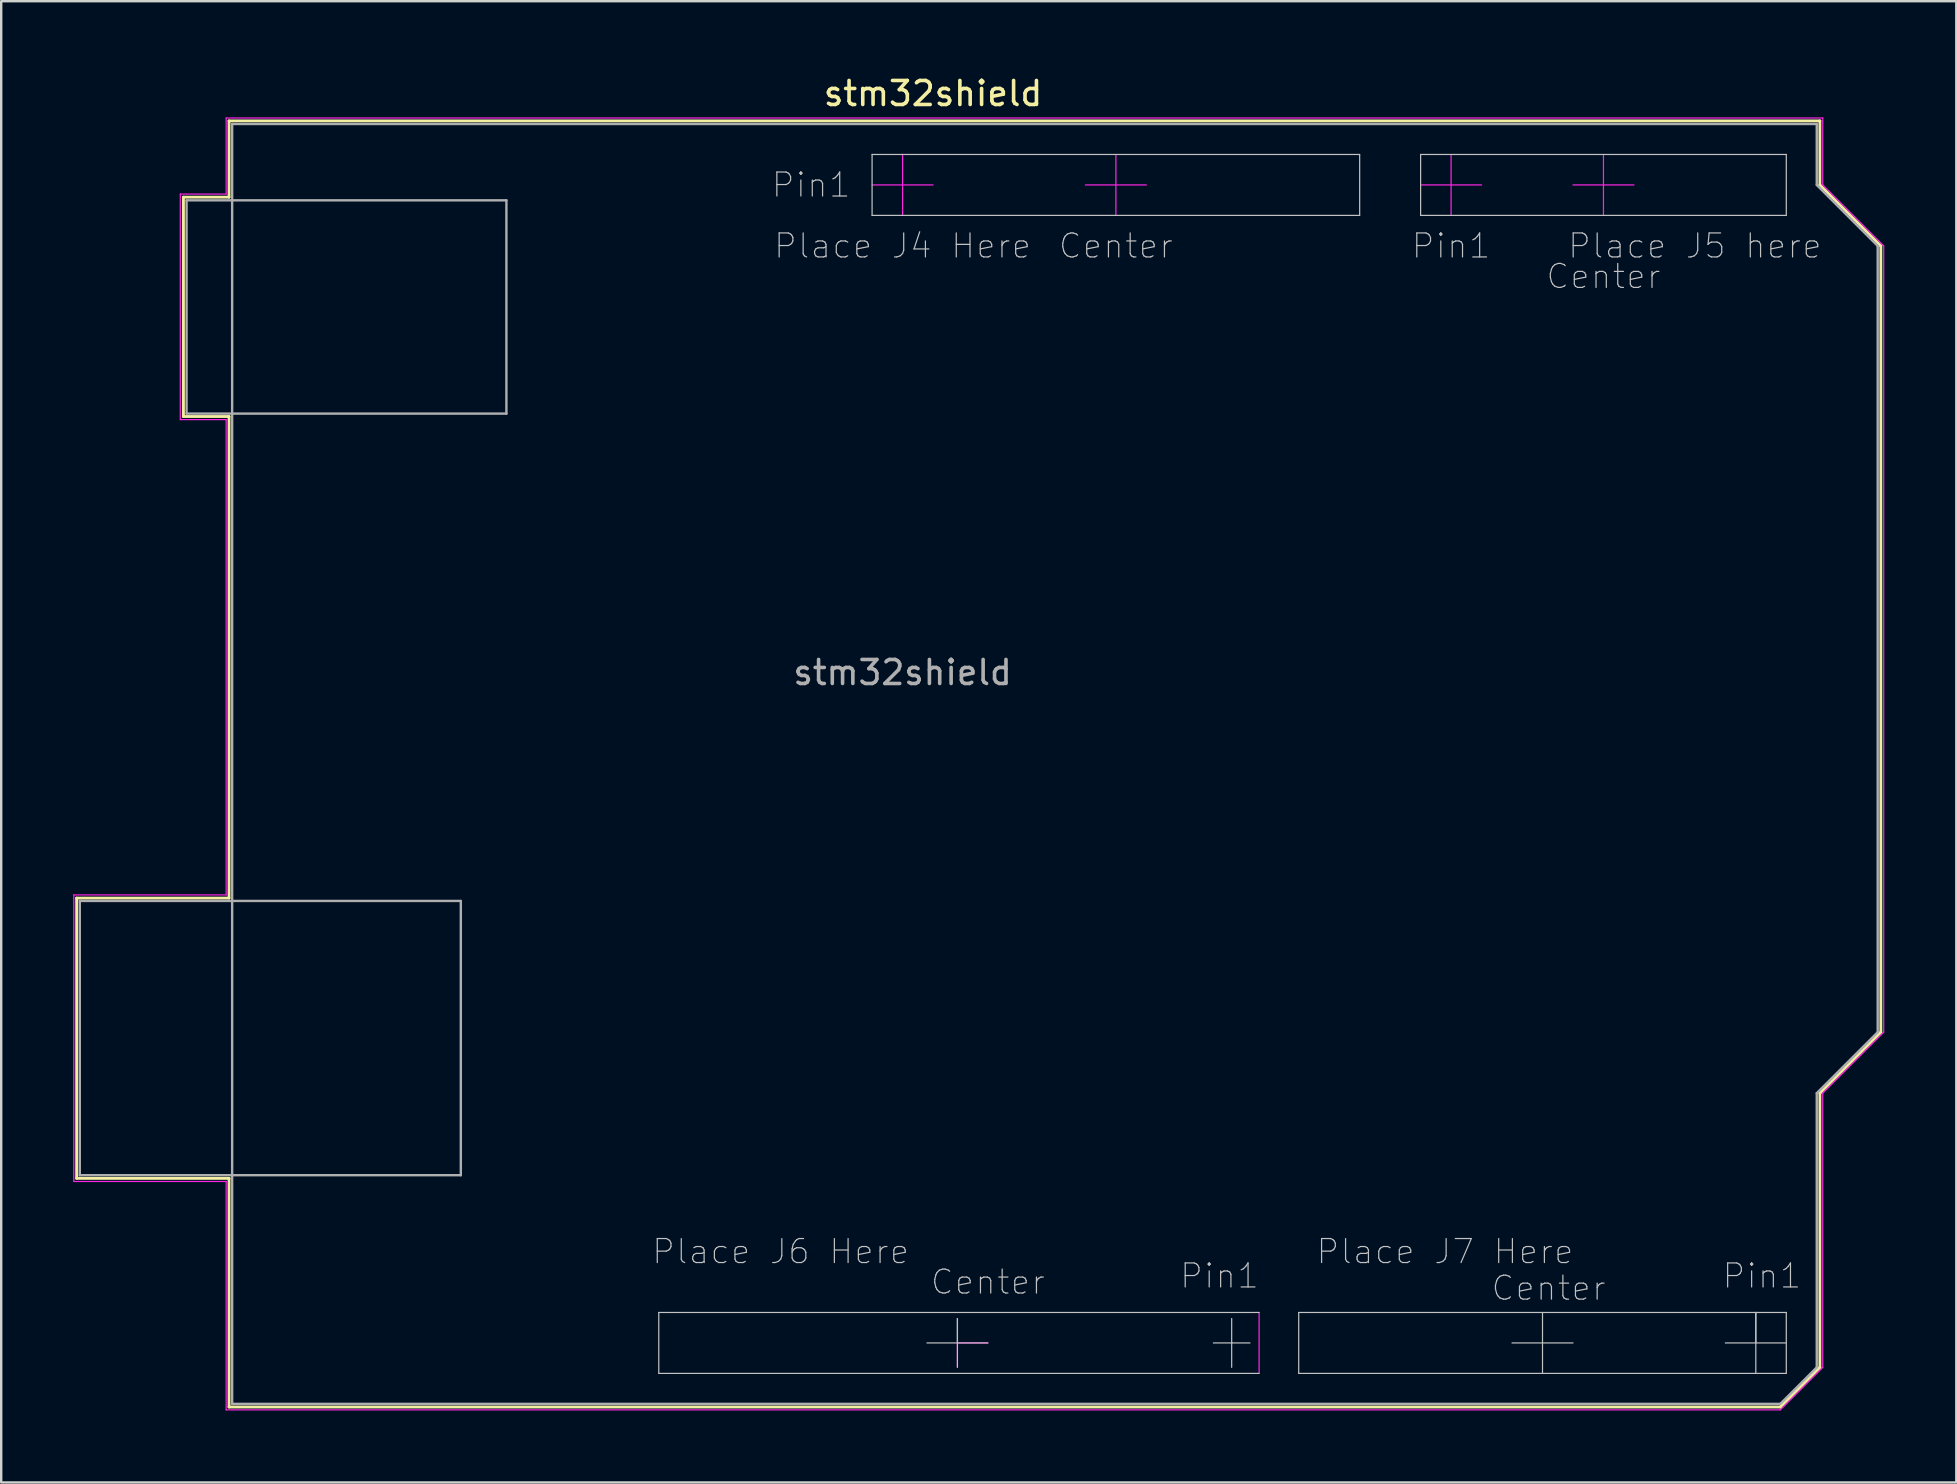
<source format=kicad_pcb>
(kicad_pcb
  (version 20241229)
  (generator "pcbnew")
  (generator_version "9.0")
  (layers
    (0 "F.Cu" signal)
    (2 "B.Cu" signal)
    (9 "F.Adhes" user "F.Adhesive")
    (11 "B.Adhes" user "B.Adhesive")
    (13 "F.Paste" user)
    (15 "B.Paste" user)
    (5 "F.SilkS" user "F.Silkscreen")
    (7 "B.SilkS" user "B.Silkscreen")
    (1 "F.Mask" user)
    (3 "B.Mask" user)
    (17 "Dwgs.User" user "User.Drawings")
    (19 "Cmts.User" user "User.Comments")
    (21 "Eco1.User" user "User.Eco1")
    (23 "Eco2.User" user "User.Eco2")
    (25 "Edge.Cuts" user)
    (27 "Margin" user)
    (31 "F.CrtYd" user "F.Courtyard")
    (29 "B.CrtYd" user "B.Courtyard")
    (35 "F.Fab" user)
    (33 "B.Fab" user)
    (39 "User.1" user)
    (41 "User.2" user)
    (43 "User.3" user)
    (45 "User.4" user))
  (footprint "stm32shield"
    (layer "F.Cu")
    (at 34.565 4.658)
    (property "Reference" "stm32shield" (at 1.27 -3.81 180) (layer "F.SilkS") (effects (font (size 1 1) (thickness 0.15))))
    (attr through_hole)
    (fp_line (start -34.42 29.72) (end -34.42 41.4) (stroke (width 0.12) (type solid)) (layer "F.SilkS"))
    (fp_line (start -34.42 41.4) (end -28.07 41.4) (stroke (width 0.12) (type solid)) (layer "F.SilkS"))
    (fp_line (start -29.97 0.51) (end -29.97 9.65) (stroke (width 0.12) (type solid)) (layer "F.SilkS"))
    (fp_line (start -29.97 9.65) (end -28.07 9.65) (stroke (width 0.12) (type solid)) (layer "F.SilkS"))
    (fp_line (start -28.07 -2.67) (end -28.07 0.51) (stroke (width 0.12) (type solid)) (layer "F.SilkS"))
    (fp_line (start -28.07 0.51) (end -29.97 0.51) (stroke (width 0.12) (type solid)) (layer "F.SilkS"))
    (fp_line (start -28.07 9.65) (end -28.07 29.72) (stroke (width 0.12) (type solid)) (layer "F.SilkS"))
    (fp_line (start -28.07 29.72) (end -34.42 29.72) (stroke (width 0.12) (type solid)) (layer "F.SilkS"))
    (fp_line (start -28.07 41.4) (end -28.07 50.93) (stroke (width 0.12) (type solid)) (layer "F.SilkS"))
    (fp_line (start -28.07 50.93) (end 36.58 50.93) (stroke (width 0.12) (type solid)) (layer "F.SilkS"))
    (fp_line (start 36.58 50.93) (end 38.23 49.28) (stroke (width 0.12) (type solid)) (layer "F.SilkS"))
    (fp_line (start 38.23 -2.67) (end -28.07 -2.67) (stroke (width 0.12) (type solid)) (layer "F.SilkS"))
    (fp_line (start 38.23 0) (end 38.23 -2.67) (stroke (width 0.12) (type solid)) (layer "F.SilkS"))
    (fp_line (start 38.23 37.85) (end 40.77 35.31) (stroke (width 0.12) (type solid)) (layer "F.SilkS"))
    (fp_line (start 38.23 49.28) (end 38.23 37.85) (stroke (width 0.12) (type solid)) (layer "F.SilkS"))
    (fp_line (start 40.77 2.54) (end 38.23 0) (stroke (width 0.12) (type solid)) (layer "F.SilkS"))
    (fp_line (start 40.77 35.31) (end 40.77 2.54) (stroke (width 0.12) (type solid)) (layer "F.SilkS"))
    (fp_line (start -10.16 46.99) (end 14.859 46.99) (stroke (width 0.05) (type solid)) (layer "Dwgs.User"))
    (fp_line (start -10.16 49.53) (end -10.16 46.99) (stroke (width 0.05) (type solid)) (layer "Dwgs.User"))
    (fp_line (start -1.27 -1.27) (end -1.27 1.27) (stroke (width 0.05) (type solid)) (layer "Dwgs.User"))
    (fp_line (start -1.27 -1.27) (end 19.05 -1.27) (stroke (width 0.05) (type solid)) (layer "Dwgs.User"))
    (fp_line (start 2.286 47.244) (end 2.286 48.26) (stroke (width 0.05) (type solid)) (layer "Dwgs.User"))
    (fp_line (start 2.286 48.26) (end 2.286 47.244) (stroke (width 0.05) (type solid)) (layer "Dwgs.User"))
    (fp_line (start 2.286 48.26) (end 2.286 49.276) (stroke (width 0.05) (type solid)) (layer "Dwgs.User"))
    (fp_line (start 3.556 48.26) (end 1.016 48.26) (stroke (width 0.05) (type solid)) (layer "Dwgs.User"))
    (fp_line (start 13.716 47.244) (end 13.716 48.26) (stroke (width 0.05) (type solid)) (layer "Dwgs.User"))
    (fp_line (start 13.716 48.26) (end 12.954 48.26) (stroke (width 0.05) (type solid)) (layer "Dwgs.User"))
    (fp_line (start 13.716 48.26) (end 13.716 49.276) (stroke (width 0.05) (type solid)) (layer "Dwgs.User"))
    (fp_line (start 13.716 48.26) (end 14.478 48.26) (stroke (width 0.05) (type solid)) (layer "Dwgs.User"))
    (fp_line (start 14.859 49.53) (end -10.16 49.53) (stroke (width 0.05) (type solid)) (layer "Dwgs.User"))
    (fp_line (start 16.51 46.99) (end 16.51 49.53) (stroke (width 0.05) (type solid)) (layer "Dwgs.User"))
    (fp_line (start 16.51 49.53) (end 36.83 49.53) (stroke (width 0.05) (type solid)) (layer "Dwgs.User"))
    (fp_line (start 19.05 -1.27) (end 19.05 1.27) (stroke (width 0.05) (type solid)) (layer "Dwgs.User"))
    (fp_line (start 19.05 1.27) (end -1.27 1.27) (stroke (width 0.05) (type solid)) (layer "Dwgs.User"))
    (fp_line (start 21.59 -1.27) (end 21.59 1.27) (stroke (width 0.05) (type solid)) (layer "Dwgs.User"))
    (fp_line (start 21.59 1.27) (end 36.83 1.27) (stroke (width 0.05) (type solid)) (layer "Dwgs.User"))
    (fp_line (start 25.4 48.26) (end 27.94 48.26) (stroke (width 0.05) (type solid)) (layer "Dwgs.User"))
    (fp_line (start 26.67 46.99) (end 26.67 49.53) (stroke (width 0.05) (type solid)) (layer "Dwgs.User"))
    (fp_line (start 35.56 46.99) (end 35.56 49.53) (stroke (width 0.05) (type solid)) (layer "Dwgs.User"))
    (fp_line (start 35.56 48.26) (end 35.56 46.99) (stroke (width 0.05) (type solid)) (layer "Dwgs.User"))
    (fp_line (start 36.83 -1.27) (end 21.59 -1.27) (stroke (width 0.05) (type solid)) (layer "Dwgs.User"))
    (fp_line (start 36.83 1.27) (end 36.83 -1.27) (stroke (width 0.05) (type solid)) (layer "Dwgs.User"))
    (fp_line (start 36.83 46.99) (end 16.51 46.99) (stroke (width 0.05) (type solid)) (layer "Dwgs.User"))
    (fp_line (start 36.83 48.26) (end 34.29 48.26) (stroke (width 0.05) (type solid)) (layer "Dwgs.User"))
    (fp_line (start 36.83 49.53) (end 36.83 46.99) (stroke (width 0.05) (type solid)) (layer "Dwgs.User"))
    (fp_line (start -34.54 29.59) (end -28.19 29.59) (stroke (width 0.05) (type solid)) (layer "F.CrtYd"))
    (fp_line (start -34.54 41.53) (end -34.54 29.59) (stroke (width 0.05) (type solid)) (layer "F.CrtYd"))
    (fp_line (start -30.1 0.38) (end -28.19 0.38) (stroke (width 0.05) (type solid)) (layer "F.CrtYd"))
    (fp_line (start -30.1 9.78) (end -30.1 0.38) (stroke (width 0.05) (type solid)) (layer "F.CrtYd"))
    (fp_line (start -28.19 -2.79) (end 38.35 -2.79) (stroke (width 0.05) (type solid)) (layer "F.CrtYd"))
    (fp_line (start -28.19 0.38) (end -28.19 -2.79) (stroke (width 0.05) (type solid)) (layer "F.CrtYd"))
    (fp_line (start -28.19 9.78) (end -30.1 9.78) (stroke (width 0.05) (type solid)) (layer "F.CrtYd"))
    (fp_line (start -28.19 29.59) (end -28.19 9.78) (stroke (width 0.05) (type solid)) (layer "F.CrtYd"))
    (fp_line (start -28.19 41.53) (end -34.54 41.53) (stroke (width 0.05) (type solid)) (layer "F.CrtYd"))
    (fp_line (start -28.19 51.05) (end -28.19 41.53) (stroke (width 0.05) (type solid)) (layer "F.CrtYd"))
    (fp_line (start -1.27 0) (end 1.27 0) (stroke (width 0.05) (type solid)) (layer "F.CrtYd"))
    (fp_line (start 0 -1.27) (end 0 1.27) (stroke (width 0.05) (type solid)) (layer "F.CrtYd"))
    (fp_line (start 2.286 48.26) (end 3.556 48.26) (stroke (width 0.05) (type solid)) (layer "F.CrtYd"))
    (fp_line (start 2.286 49.276) (end 2.286 48.26) (stroke (width 0.05) (type solid)) (layer "F.CrtYd"))
    (fp_line (start 7.62 0) (end 10.16 0) (stroke (width 0.05) (type solid)) (layer "F.CrtYd"))
    (fp_line (start 8.89 -1.27) (end 8.89 1.27) (stroke (width 0.05) (type solid)) (layer "F.CrtYd"))
    (fp_line (start 14.859 49.53) (end 14.859 46.99) (stroke (width 0.05) (type solid)) (layer "F.CrtYd"))
    (fp_line (start 21.59 0) (end 24.13 0) (stroke (width 0.05) (type solid)) (layer "F.CrtYd"))
    (fp_line (start 22.86 -1.27) (end 22.86 1.27) (stroke (width 0.05) (type solid)) (layer "F.CrtYd"))
    (fp_line (start 27.94 0) (end 30.48 0) (stroke (width 0.05) (type solid)) (layer "F.CrtYd"))
    (fp_line (start 29.21 -1.27) (end 29.21 1.27) (stroke (width 0.05) (type solid)) (layer "F.CrtYd"))
    (fp_line (start 36.58 51.05) (end -28.19 51.05) (stroke (width 0.05) (type solid)) (layer "F.CrtYd"))
    (fp_line (start 38.35 -2.79) (end 38.35 0) (stroke (width 0.05) (type solid)) (layer "F.CrtYd"))
    (fp_line (start 38.35 0) (end 40.89 2.54) (stroke (width 0.05) (type solid)) (layer "F.CrtYd"))
    (fp_line (start 38.35 37.85) (end 38.35 49.28) (stroke (width 0.05) (type solid)) (layer "F.CrtYd"))
    (fp_line (start 38.35 49.28) (end 36.58 51.05) (stroke (width 0.05) (type solid)) (layer "F.CrtYd"))
    (fp_line (start 40.89 2.54) (end 40.89 35.31) (stroke (width 0.05) (type solid)) (layer "F.CrtYd"))
    (fp_line (start 40.89 35.31) (end 38.35 37.85) (stroke (width 0.05) (type solid)) (layer "F.CrtYd"))
    (fp_line (start -34.29 29.84) (end -18.41 29.84) (stroke (width 0.1) (type solid)) (layer "F.Fab"))
    (fp_line (start -34.29 41.27) (end -34.29 29.84) (stroke (width 0.1) (type solid)) (layer "F.Fab"))
    (fp_line (start -29.84 0.64) (end -16.51 0.64) (stroke (width 0.1) (type solid)) (layer "F.Fab"))
    (fp_line (start -29.84 9.53) (end -29.84 0.64) (stroke (width 0.1) (type solid)) (layer "F.Fab"))
    (fp_line (start -27.94 -2.54) (end 38.1 -2.54) (stroke (width 0.1) (type solid)) (layer "F.Fab"))
    (fp_line (start -27.94 50.8) (end -27.94 -2.54) (stroke (width 0.1) (type solid)) (layer "F.Fab"))
    (fp_line (start -18.41 29.84) (end -18.41 41.27) (stroke (width 0.1) (type solid)) (layer "F.Fab"))
    (fp_line (start -18.41 41.27) (end -34.29 41.27) (stroke (width 0.1) (type solid)) (layer "F.Fab"))
    (fp_line (start -16.51 0.64) (end -16.51 9.53) (stroke (width 0.1) (type solid)) (layer "F.Fab"))
    (fp_line (start -16.51 9.53) (end -29.84 9.53) (stroke (width 0.1) (type solid)) (layer "F.Fab"))
    (fp_line (start 36.58 50.8) (end -27.94 50.8) (stroke (width 0.1) (type solid)) (layer "F.Fab"))
    (fp_line (start 38.1 -2.54) (end 38.1 0) (stroke (width 0.1) (type solid)) (layer "F.Fab"))
    (fp_line (start 38.1 0) (end 40.64 2.54) (stroke (width 0.1) (type solid)) (layer "F.Fab"))
    (fp_line (start 38.1 37.85) (end 38.1 49.28) (stroke (width 0.1) (type solid)) (layer "F.Fab"))
    (fp_line (start 38.1 49.28) (end 36.58 50.8) (stroke (width 0.1) (type solid)) (layer "F.Fab"))
    (fp_line (start 40.64 2.54) (end 40.64 35.31) (stroke (width 0.1) (type solid)) (layer "F.Fab"))
    (fp_line (start 40.64 35.31) (end 38.1 37.85) (stroke (width 0.1) (type solid)) (layer "F.Fab"))
    (fp_text user "Pin1" (at -3.81 0 0) (layer "Dwgs.User") (effects (font (size 1 1) (thickness 0.05))))
    (fp_text user "Place J6 Here" (at -5.08 44.45 0) (layer "Dwgs.User") (effects (font (size 1 1) (thickness 0.05))))
    (fp_text user "Place J5 here" (at 33.02 2.54 0) (layer "Dwgs.User") (effects (font (size 1 1) (thickness 0.05))))
    (fp_text user "Place J4 Here" (at 0 2.54 0) (layer "Dwgs.User") (effects (font (size 1 1) (thickness 0.05))))
    (fp_text user "Pin1" (at 22.86 2.54 0) (layer "Dwgs.User") (effects (font (size 1 1) (thickness 0.05))))
    (fp_text user "Place J7 Here" (at 22.606 44.45 0) (layer "Dwgs.User") (effects (font (size 1 1) (thickness 0.05))))
    (fp_text user "Pin1" (at 35.814 45.466 0) (layer "Dwgs.User") (effects (font (size 1 1) (thickness 0.05))))
    (fp_text user "Center" (at 26.924 45.974 0) (layer "Dwgs.User") (effects (font (size 1 1) (thickness 0.05))))
    (fp_text user "Center" (at 3.556 45.72 0) (layer "Dwgs.User") (effects (font (size 1 1) (thickness 0.05))))
    (fp_text user "Center" (at 8.89 2.54 0) (layer "Dwgs.User") (effects (font (size 1 1) (thickness 0.05))))
    (fp_text user "Center" (at 29.21 3.81 0) (layer "Dwgs.User") (effects (font (size 1 1) (thickness 0.05))))
    (fp_text user "Pin1" (at 13.208 45.466 0) (layer "Dwgs.User") (effects (font (size 1 1) (thickness 0.05))))
    (fp_text user "${REFERENCE}" (at 0 20.32 180) (layer "F.Fab") (effects (font (size 1 1) (thickness 0.15)))))
  (gr_rect
    (start -3 -3)
    (end 78.48 58.733)
    (stroke (width 0.1) (type default))
    (fill no)
    (layer "Edge.Cuts")))
</source>
